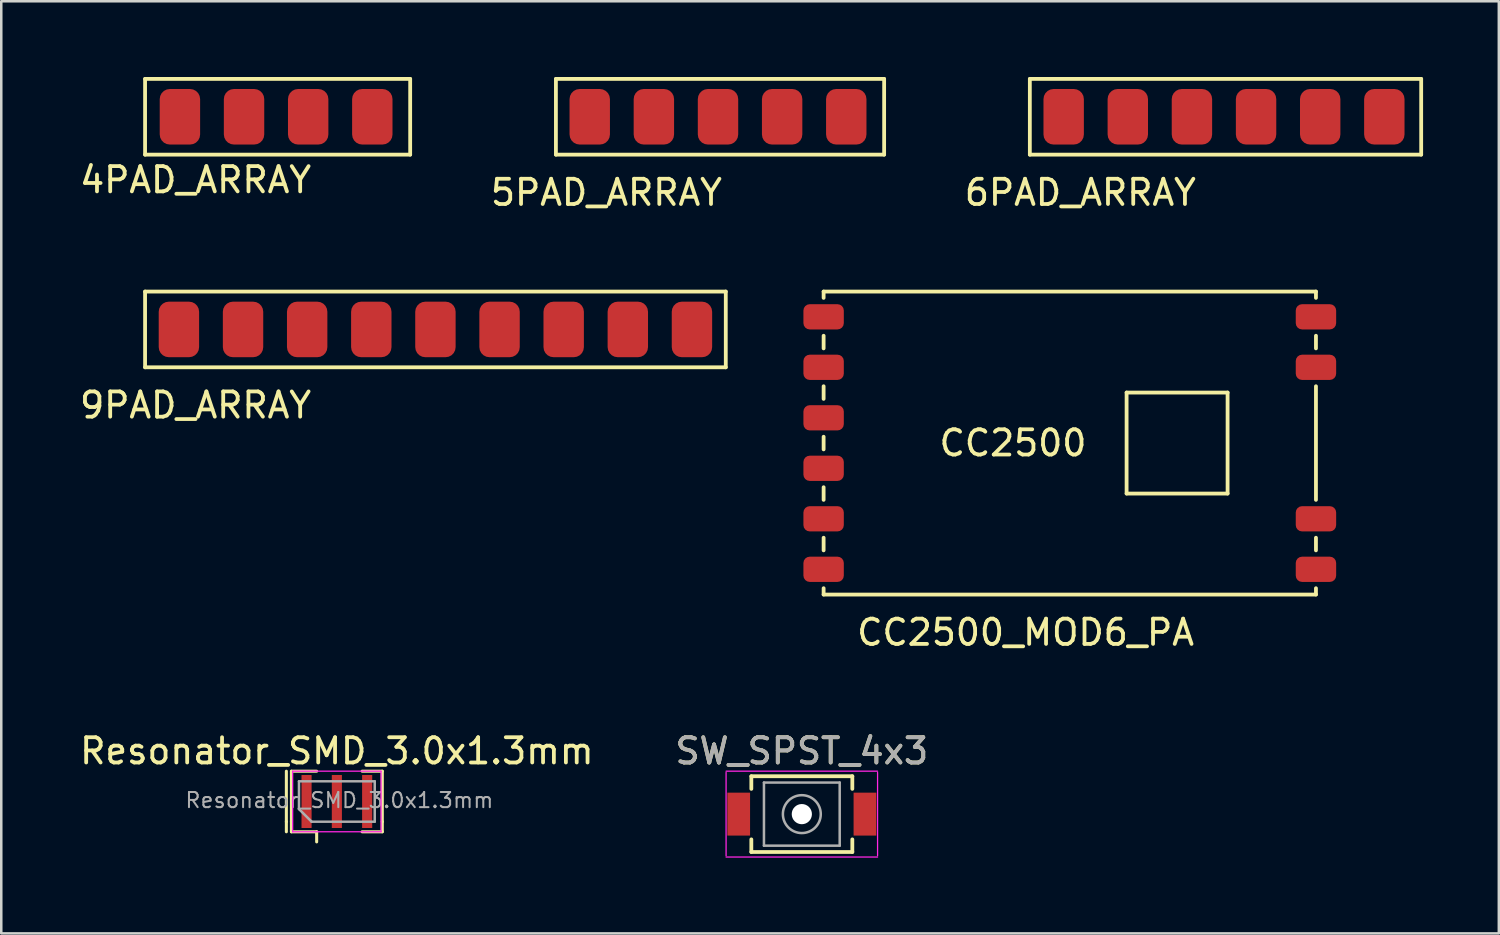
<source format=kicad_pcb>
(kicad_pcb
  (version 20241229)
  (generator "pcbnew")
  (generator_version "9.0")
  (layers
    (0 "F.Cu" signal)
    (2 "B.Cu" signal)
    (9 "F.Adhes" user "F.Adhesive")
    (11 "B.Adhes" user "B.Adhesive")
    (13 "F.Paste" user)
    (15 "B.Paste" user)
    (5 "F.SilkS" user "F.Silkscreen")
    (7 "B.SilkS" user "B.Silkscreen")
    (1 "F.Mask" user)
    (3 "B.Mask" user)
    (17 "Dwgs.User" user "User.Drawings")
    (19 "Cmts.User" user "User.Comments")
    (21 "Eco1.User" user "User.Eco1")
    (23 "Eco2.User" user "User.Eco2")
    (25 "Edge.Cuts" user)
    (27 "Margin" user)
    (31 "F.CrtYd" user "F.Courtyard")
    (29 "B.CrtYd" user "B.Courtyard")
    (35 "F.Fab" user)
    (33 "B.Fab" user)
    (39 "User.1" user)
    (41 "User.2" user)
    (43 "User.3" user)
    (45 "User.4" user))
  (footprint "6PAD_ARRAY"
    (layer "F.Cu")
    (at 49.239 1.575)
    (property "Reference" "6PAD_ARRAY" (at -9.5 3 0) (layer "F.SilkS") (effects (font (size 1 1) (thickness 0.15))))
    (attr through_hole)
    (fp_line (start -11.5 -1.5) (end 4 -1.5) (stroke (width 0.15) (type solid)) (layer "F.SilkS"))
    (fp_line (start -11.5 1.5) (end -11.5 -1.5) (stroke (width 0.15) (type solid)) (layer "F.SilkS"))
    (fp_line (start 4 -1.5) (end 4 1.5) (stroke (width 0.15) (type solid)) (layer "F.SilkS"))
    (fp_line (start 4 1.5) (end -11.5 1.5) (stroke (width 0.15) (type solid)) (layer "F.SilkS"))
    (pad "1" smd roundrect (at -10.16 0) (size 1.6 2.2) (layers "F.Cu" "F.Mask" "F.Paste") (roundrect_rratio 0.25))
    (pad "2" smd roundrect (at -7.62 0) (size 1.6 2.2) (layers "F.Cu" "F.Mask" "F.Paste") (roundrect_rratio 0.25))
    (pad "3" smd roundrect (at -5.08 0) (size 1.6 2.2) (layers "F.Cu" "F.Mask" "F.Paste") (roundrect_rratio 0.25))
    (pad "4" smd roundrect (at -2.54 0) (size 1.6 2.2) (layers "F.Cu" "F.Mask" "F.Paste") (roundrect_rratio 0.25))
    (pad "5" smd roundrect (at 0 0) (size 1.6 2.2) (layers "F.Cu" "F.Mask" "F.Paste") (roundrect_rratio 0.25))
    (pad "6" smd roundrect (at 2.54 0) (size 1.6 2.2) (layers "F.Cu" "F.Mask" "F.Paste") (roundrect_rratio 0.25)))
  (footprint "Resonator_SMD_3.0x1.3mm"
    (layer "F.Cu")
    (at 10.292 28.695)
    (property "Reference" "Resonator_SMD_3.0x1.3mm" (at 0 -2 0) (layer "F.SilkS") (effects (font (size 1 1) (thickness 0.15))))
    (attr smd)
    (fp_line (start -2 -1.2) (end -2 0.8) (stroke (width 0.12) (type solid)) (layer "F.SilkS"))
    (fp_line (start -2 0.8) (end -2 1.2) (stroke (width 0.12) (type solid)) (layer "F.SilkS"))
    (fp_line (start -1.8 -1.2) (end -0.8 -1.2) (stroke (width 0.12) (type solid)) (layer "F.SilkS"))
    (fp_line (start -1.8 0.8) (end -1.8 -1.2) (stroke (width 0.12) (type solid)) (layer "F.SilkS"))
    (fp_line (start -1.8 0.8) (end -1.8 1.2) (stroke (width 0.12) (type solid)) (layer "F.SilkS"))
    (fp_line (start -0.8 1.2) (end -1.8 1.2) (stroke (width 0.12) (type solid)) (layer "F.SilkS"))
    (fp_line (start -0.8 1.2) (end -0.8 1.6) (stroke (width 0.12) (type solid)) (layer "F.SilkS"))
    (fp_line (start 1 -1.2) (end 1.8 -1.2) (stroke (width 0.12) (type solid)) (layer "F.SilkS"))
    (fp_line (start 1.8 -1.2) (end 1.8 0.8) (stroke (width 0.12) (type solid)) (layer "F.SilkS"))
    (fp_line (start 1.8 0.8) (end 1.8 1.2) (stroke (width 0.12) (type solid)) (layer "F.SilkS"))
    (fp_line (start 1.8 1.2) (end 1 1.2) (stroke (width 0.12) (type solid)) (layer "F.SilkS"))
    (fp_line (start -1.75 -1.2) (end 1.75 -1.2) (stroke (width 0.05) (type solid)) (layer "F.CrtYd"))
    (fp_line (start -1.75 1.2) (end -1.75 -1.2) (stroke (width 0.05) (type solid)) (layer "F.CrtYd"))
    (fp_line (start 1.75 -1.2) (end 1.75 1.2) (stroke (width 0.05) (type solid)) (layer "F.CrtYd"))
    (fp_line (start 1.75 1.2) (end -1.75 1.2) (stroke (width 0.05) (type solid)) (layer "F.CrtYd"))
    (fp_line (start -1.5 0.3) (end -1.5 -0.8) (stroke (width 0.1) (type solid)) (layer "F.Fab"))
    (fp_line (start -1 0.8) (end -1.5 0.3) (stroke (width 0.1) (type solid)) (layer "F.Fab"))
    (fp_line (start -1 0.8) (end 1.5 0.8) (stroke (width 0.1) (type solid)) (layer "F.Fab"))
    (fp_line (start 1.5 -0.8) (end -1.5 -0.8) (stroke (width 0.1) (type solid)) (layer "F.Fab"))
    (fp_line (start 1.5 0.8) (end 1.5 -0.8) (stroke (width 0.1) (type solid)) (layer "F.Fab"))
    (fp_text user "${REFERENCE}" (at 0.1 -0.05 0) (layer "F.Fab") (effects (font (size 0.6 0.6) (thickness 0.08))))
    (pad "1" smd rect (at -1.2 0) (size 0.4 2.1) (layers "F.Cu" "F.Mask" "F.Paste"))
    (pad "2" smd rect (at 0 0) (size 0.4 2.1) (layers "F.Cu" "F.Mask" "F.Paste"))
    (pad "3" smd rect (at 1.2 0) (size 0.4 2.1) (layers "F.Cu" "F.Mask" "F.Paste")))
  (footprint "4PAD_ARRAY"
    (layer "F.Cu")
    (at 11.696 1.575)
    (property "Reference" "4PAD_ARRAY" (at -7 2.5 0) (layer "F.SilkS") (effects (font (size 1 1) (thickness 0.15))))
    (attr through_hole)
    (fp_line (start -9 -1.5) (end 1.5 -1.5) (stroke (width 0.15) (type solid)) (layer "F.SilkS"))
    (fp_line (start -9 1.5) (end -9 -1.5) (stroke (width 0.15) (type solid)) (layer "F.SilkS"))
    (fp_line (start 1.5 -1.5) (end 1.5 1.5) (stroke (width 0.15) (type solid)) (layer "F.SilkS"))
    (fp_line (start 1.5 1.5) (end -9 1.5) (stroke (width 0.15) (type solid)) (layer "F.SilkS"))
    (pad "1" smd roundrect (at -7.62 0) (size 1.6 2.2) (layers "F.Cu" "F.Mask" "F.Paste") (roundrect_rratio 0.25))
    (pad "2" smd roundrect (at -5.08 0) (size 1.6 2.2) (layers "F.Cu" "F.Mask" "F.Paste") (roundrect_rratio 0.25))
    (pad "3" smd roundrect (at -2.54 0) (size 1.6 2.2) (layers "F.Cu" "F.Mask" "F.Paste") (roundrect_rratio 0.25))
    (pad "4" smd roundrect (at 0 0) (size 1.6 2.2) (layers "F.Cu" "F.Mask" "F.Paste") (roundrect_rratio 0.25)))
  (footprint "CC2500_MOD6_PA"
    (layer "F.Cu")
    (at 37.071 14.498)
    (property "Reference" "CC2500_MOD6_PA" (at 0.5 7.5 0) (layer "F.SilkS") (effects (font (size 1 1) (thickness 0.15))))
    (attr through_hole)
    (fp_line (start -7.5 -6) (end 12 -6) (stroke (width 0.15) (type solid)) (layer "F.SilkS"))
    (fp_line (start -7.5 -5.75) (end -7.5 -6) (stroke (width 0.15) (type solid)) (layer "F.SilkS"))
    (fp_line (start -7.5 -3.75) (end -7.5 -4.25) (stroke (width 0.15) (type solid)) (layer "F.SilkS"))
    (fp_line (start -7.5 -1.75) (end -7.5 -2.25) (stroke (width 0.15) (type solid)) (layer "F.SilkS"))
    (fp_line (start -7.5 0.25) (end -7.5 -0.25) (stroke (width 0.15) (type solid)) (layer "F.SilkS"))
    (fp_line (start -7.5 1.75) (end -7.5 2.25) (stroke (width 0.15) (type solid)) (layer "F.SilkS"))
    (fp_line (start -7.5 4.25) (end -7.5 3.75) (stroke (width 0.15) (type solid)) (layer "F.SilkS"))
    (fp_line (start -7.5 6) (end -7.5 5.75) (stroke (width 0.15) (type solid)) (layer "F.SilkS"))
    (fp_line (start 4.5 -2) (end 8.5 -2) (stroke (width 0.15) (type solid)) (layer "F.SilkS"))
    (fp_line (start 4.5 2) (end 4.5 -2) (stroke (width 0.15) (type solid)) (layer "F.SilkS"))
    (fp_line (start 8.5 -2) (end 8.5 2) (stroke (width 0.15) (type solid)) (layer "F.SilkS"))
    (fp_line (start 8.5 2) (end 4.5 2) (stroke (width 0.15) (type solid)) (layer "F.SilkS"))
    (fp_line (start 12 -5.75) (end 12 -6) (stroke (width 0.15) (type solid)) (layer "F.SilkS"))
    (fp_line (start 12 -4.25) (end 12 -3.75) (stroke (width 0.15) (type solid)) (layer "F.SilkS"))
    (fp_line (start 12 -2.25) (end 12 2.25) (stroke (width 0.15) (type solid)) (layer "F.SilkS"))
    (fp_line (start 12 3.75) (end 12 4.25) (stroke (width 0.15) (type solid)) (layer "F.SilkS"))
    (fp_line (start 12 6) (end -7.5 6) (stroke (width 0.15) (type solid)) (layer "F.SilkS"))
    (fp_line (start 12 6) (end 12 5.75) (stroke (width 0.15) (type solid)) (layer "F.SilkS"))
    (fp_text user "CC2500" (at 0 0 0) (layer "F.SilkS") (effects (font (size 1 1) (thickness 0.15))))
    (pad "1" smd roundrect (at -7.5 -5) (size 1.6 1) (layers "F.Cu" "F.Mask" "F.Paste") (roundrect_rratio 0.25))
    (pad "2" smd roundrect (at -7.5 -3) (size 1.6 1) (layers "F.Cu" "F.Mask" "F.Paste") (roundrect_rratio 0.25))
    (pad "3" smd roundrect (at -7.5 -1) (size 1.6 1) (layers "F.Cu" "F.Mask" "F.Paste") (roundrect_rratio 0.25))
    (pad "4" smd roundrect (at -7.5 1) (size 1.6 1) (layers "F.Cu" "F.Mask" "F.Paste") (roundrect_rratio 0.25))
    (pad "5" smd roundrect (at -7.5 3) (size 1.6 1) (layers "F.Cu" "F.Mask" "F.Paste") (roundrect_rratio 0.25))
    (pad "6" smd roundrect (at -7.5 5) (size 1.6 1) (layers "F.Cu" "F.Mask" "F.Paste") (roundrect_rratio 0.25))
    (pad "7" smd roundrect (at 12 5) (size 1.6 1) (layers "F.Cu" "F.Mask" "F.Paste") (roundrect_rratio 0.25))
    (pad "8" smd roundrect (at 12 3) (size 1.6 1) (layers "F.Cu" "F.Mask" "F.Paste") (roundrect_rratio 0.25))
    (pad "9" smd roundrect (at 12 -3) (size 1.6 1) (layers "F.Cu" "F.Mask" "F.Paste") (roundrect_rratio 0.25))
    (pad "10" smd roundrect (at 12 -5) (size 1.6 1) (layers "F.Cu" "F.Mask" "F.Paste") (roundrect_rratio 0.25)))
  (footprint "5PAD_ARRAY"
    (layer "F.Cu")
    (at 30.468 1.575)
    (property "Reference" "5PAD_ARRAY" (at -9.5 3 0) (layer "F.SilkS") (effects (font (size 1 1) (thickness 0.15))))
    (attr through_hole)
    (fp_line (start -11.5 -1.5) (end 1.5 -1.5) (stroke (width 0.15) (type solid)) (layer "F.SilkS"))
    (fp_line (start -11.5 1.5) (end -11.5 -1.5) (stroke (width 0.15) (type solid)) (layer "F.SilkS"))
    (fp_line (start 1.5 -1.5) (end 1.5 1.5) (stroke (width 0.15) (type solid)) (layer "F.SilkS"))
    (fp_line (start 1.5 1.5) (end -11.5 1.5) (stroke (width 0.15) (type solid)) (layer "F.SilkS"))
    (pad "1" smd roundrect (at -10.16 0) (size 1.6 2.2) (layers "F.Cu" "F.Mask" "F.Paste") (roundrect_rratio 0.25))
    (pad "2" smd roundrect (at -7.62 0) (size 1.6 2.2) (layers "F.Cu" "F.Mask" "F.Paste") (roundrect_rratio 0.25))
    (pad "3" smd roundrect (at -5.08 0) (size 1.6 2.2) (layers "F.Cu" "F.Mask" "F.Paste") (roundrect_rratio 0.25))
    (pad "4" smd roundrect (at -2.54 0) (size 1.6 2.2) (layers "F.Cu" "F.Mask" "F.Paste") (roundrect_rratio 0.25))
    (pad "5" smd roundrect (at 0 0) (size 1.6 2.2) (layers "F.Cu" "F.Mask" "F.Paste") (roundrect_rratio 0.25)))
  (footprint "9PAD_ARRAY"
    (layer "F.Cu")
    (at 14.196 9.998)
    (property "Reference" "9PAD_ARRAY" (at -9.5 3 0) (layer "F.SilkS") (effects (font (size 1 1) (thickness 0.15))))
    (attr through_hole)
    (fp_line (start -11.5 -1.5) (end 11.5 -1.5) (stroke (width 0.15) (type solid)) (layer "F.SilkS"))
    (fp_line (start -11.5 1.5) (end -11.5 -1.5) (stroke (width 0.15) (type solid)) (layer "F.SilkS"))
    (fp_line (start 11.5 -1.5) (end 11.5 1.5) (stroke (width 0.15) (type solid)) (layer "F.SilkS"))
    (fp_line (start 11.5 1.5) (end -11.5 1.5) (stroke (width 0.15) (type solid)) (layer "F.SilkS"))
    (pad "1" smd roundrect (at -10.16 0) (size 1.6 2.2) (layers "F.Cu" "F.Mask" "F.Paste") (roundrect_rratio 0.25))
    (pad "2" smd roundrect (at -7.62 0) (size 1.6 2.2) (layers "F.Cu" "F.Mask" "F.Paste") (roundrect_rratio 0.25))
    (pad "3" smd roundrect (at -5.08 0) (size 1.6 2.2) (layers "F.Cu" "F.Mask" "F.Paste") (roundrect_rratio 0.25))
    (pad "4" smd roundrect (at -2.54 0) (size 1.6 2.2) (layers "F.Cu" "F.Mask" "F.Paste") (roundrect_rratio 0.25))
    (pad "5" smd roundrect (at 0 0) (size 1.6 2.2) (layers "F.Cu" "F.Mask" "F.Paste") (roundrect_rratio 0.25))
    (pad "6" smd roundrect (at 2.54 0) (size 1.6 2.2) (layers "F.Cu" "F.Mask" "F.Paste") (roundrect_rratio 0.25))
    (pad "7" smd roundrect (at 5.08 0) (size 1.6 2.2) (layers "F.Cu" "F.Mask" "F.Paste") (roundrect_rratio 0.25))
    (pad "8" smd roundrect (at 7.62 0) (size 1.6 2.2) (layers "F.Cu" "F.Mask" "F.Paste") (roundrect_rratio 0.25))
    (pad "9" smd roundrect (at 10.16 0) (size 1.6 2.2) (layers "F.Cu" "F.Mask" "F.Paste") (roundrect_rratio 0.25)))
  (footprint "SW_SPST_4x3"
    (layer "F.Cu")
    (at 28.708 29.195)
    (property "Reference" "SW_SPST_4x3" (at 0 -2.5 0) (layer "F.SilkS") (effects (font (size 1 1) (thickness 0.15))))
    (attr smd)
    (fp_line (start -2 -1.5) (end 2 -1.5) (stroke (width 0.15) (type solid)) (layer "F.SilkS"))
    (fp_line (start -2 -1) (end -2 -1.5) (stroke (width 0.15) (type solid)) (layer "F.SilkS"))
    (fp_line (start -2 1.5) (end -2 1) (stroke (width 0.15) (type solid)) (layer "F.SilkS"))
    (fp_line (start 2 -1.5) (end 2 -1) (stroke (width 0.15) (type solid)) (layer "F.SilkS"))
    (fp_line (start 2 1) (end 2 1.5) (stroke (width 0.15) (type solid)) (layer "F.SilkS"))
    (fp_line (start 2 1.5) (end -2 1.5) (stroke (width 0.15) (type solid)) (layer "F.SilkS"))
    (fp_line (start -3 -1.65) (end -3 1.65) (stroke (width 0.05) (type solid)) (layer "F.CrtYd"))
    (fp_line (start -3 1.7) (end 3 1.7) (stroke (width 0.05) (type solid)) (layer "F.CrtYd"))
    (fp_line (start 3 -1.7) (end -3 -1.7) (stroke (width 0.05) (type solid)) (layer "F.CrtYd"))
    (fp_line (start 3 1.65) (end 3 -1.65) (stroke (width 0.05) (type solid)) (layer "F.CrtYd"))
    (fp_line (start -1.5 -1.25) (end 1.5 -1.25) (stroke (width 0.1) (type solid)) (layer "F.Fab"))
    (fp_line (start -1.5 1.25) (end -1.5 -1.25) (stroke (width 0.1) (type solid)) (layer "F.Fab"))
    (fp_line (start 1.5 -1.25) (end 1.5 1.25) (stroke (width 0.1) (type solid)) (layer "F.Fab"))
    (fp_line (start 1.5 1.25) (end -1.5 1.25) (stroke (width 0.1) (type solid)) (layer "F.Fab"))
    (fp_circle (center 0 0) (end 0.75 0) (stroke (width 0.1) (type solid)) (fill no) (layer "F.Fab"))
    (fp_text user "${REFERENCE}" (at 0 -2.5 0) (layer "F.Fab") (effects (font (size 1 1) (thickness 0.15))))
    (pad "" np_thru_hole circle (at 0 0) (size 0.8 0.8) (drill 0.8) (layers "*.Cu" "*.Mask"))
    (pad "1" smd rect (at -2.5 0) (size 0.9 1.7) (layers "F.Cu" "F.Mask" "F.Paste"))
    (pad "2" smd rect (at 2.5 0) (size 0.9 1.7) (layers "F.Cu" "F.Mask" "F.Paste")))
  (gr_rect
    (start -3 -3)
    (end 56.314 33.92)
    (stroke (width 0.1) (type default))
    (fill no)
    (layer "Edge.Cuts")))
</source>
